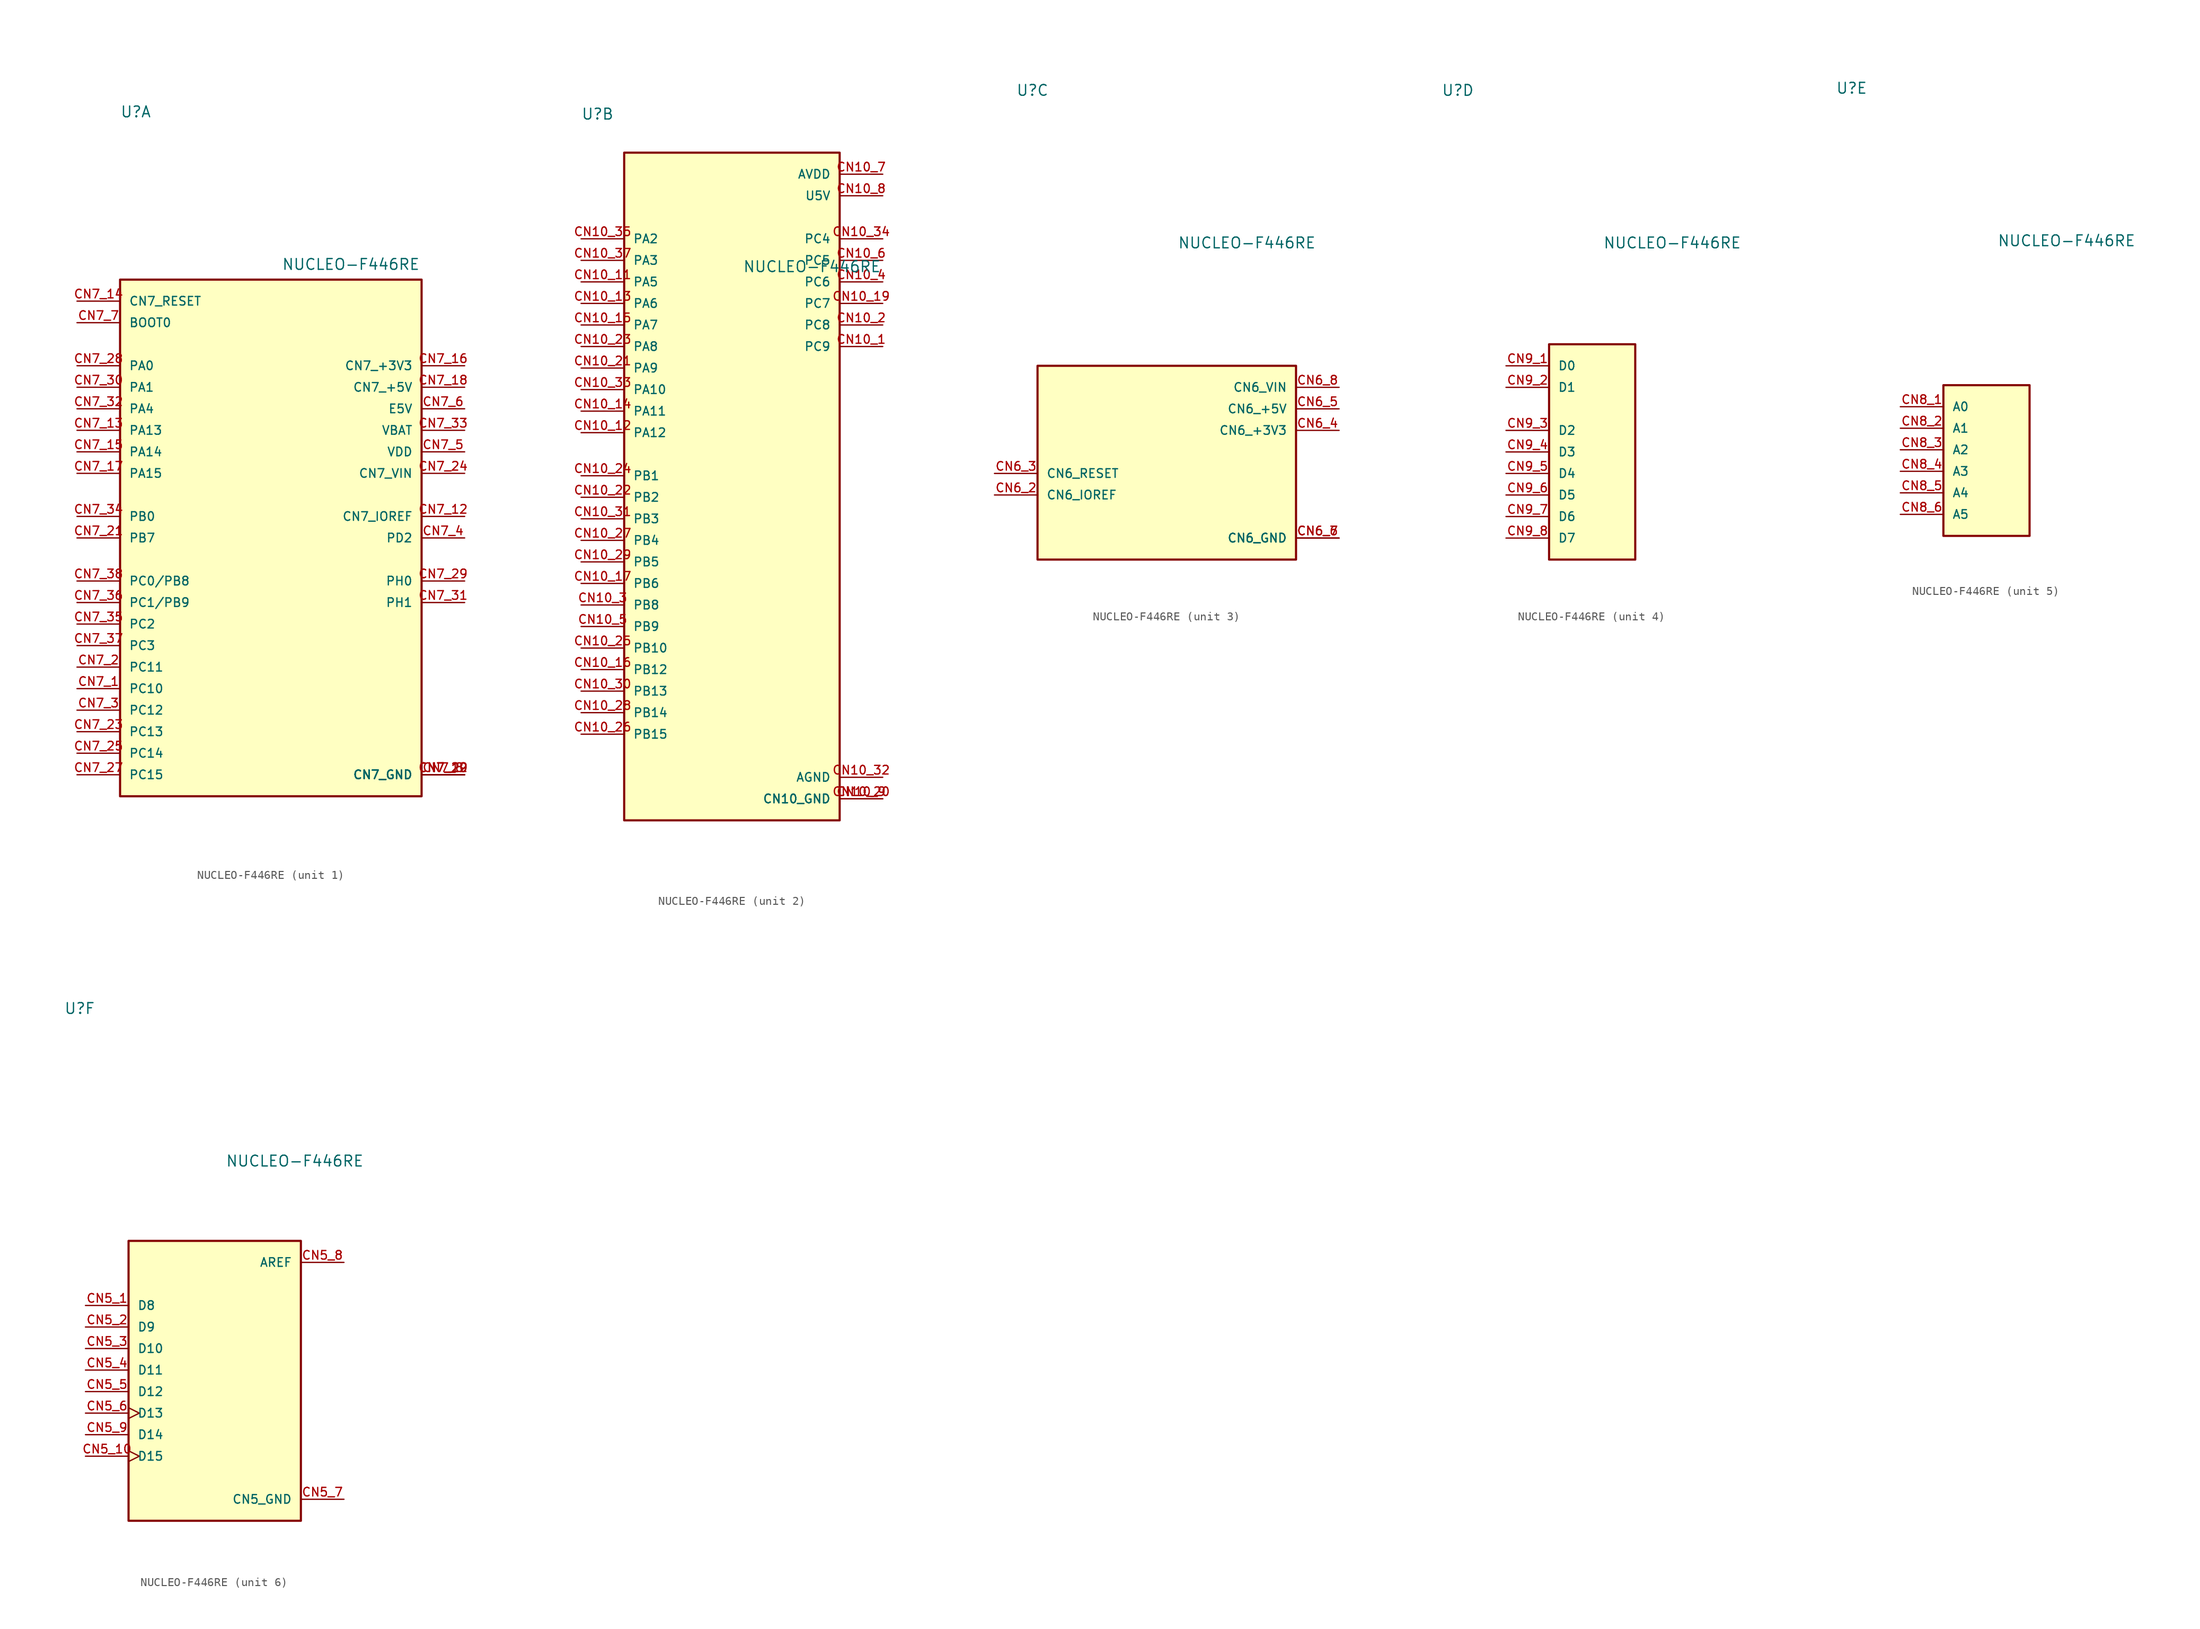
<source format=kicad_sym>
(kicad_symbol_lib
  (version 20220914)
  (generator kicad_symbol_editor)
  (symbol "NUCLEO-F446RE"
    (pin_names
      (offset 1.016))
    (property "Reference" "U"
      (at -17.78 41.91 0)
      (effects (font (size 1.27 1.27)) (justify left bottom)))
    (property "Value" "NUCLEO-F446RE"
      (at 1.27 25.4 0)
      (effects (font (size 1.27 1.27)) (justify left top)))
    (symbol "NUCLEO-F446RE_1_0"
      (rectangle (start -17.78 22.86) (end 17.78 -38.1) (stroke (width 0.254) (type default)) (fill (type background)))
      (pin bidirectional line (at -22.86 -25.4 0) (length 5.08) (name "PC10" (effects (font (size 1.016 1.016)))) (number "CN7_1" (effects (font (size 1.016 1.016)))))
      (pin bidirectional line (at 22.86 -5.08 180) (length 5.08) (name "CN7_IOREF" (effects (font (size 1.016 1.016)))) (number "CN7_12" (effects (font (size 1.016 1.016)))))
      (pin bidirectional line (at -22.86 5.08 0) (length 5.08) (name "PA13" (effects (font (size 1.016 1.016)))) (number "CN7_13" (effects (font (size 1.016 1.016)))))
      (pin bidirectional line (at -22.86 20.32 0) (length 5.08) (name "CN7_RESET" (effects (font (size 1.016 1.016)))) (number "CN7_14" (effects (font (size 1.016 1.016)))))
      (pin bidirectional line (at -22.86 2.54 0) (length 5.08) (name "PA14" (effects (font (size 1.016 1.016)))) (number "CN7_15" (effects (font (size 1.016 1.016)))))
      (pin power_in line (at 22.86 12.7 180) (length 5.08) (name "CN7_+3V3" (effects (font (size 1.016 1.016)))) (number "CN7_16" (effects (font (size 1.016 1.016)))))
      (pin bidirectional line (at -22.86 0 0) (length 5.08) (name "PA15" (effects (font (size 1.016 1.016)))) (number "CN7_17" (effects (font (size 1.016 1.016)))))
      (pin power_in line (at 22.86 10.16 180) (length 5.08) (name "CN7_+5V" (effects (font (size 1.016 1.016)))) (number "CN7_18" (effects (font (size 1.016 1.016)))))
      (pin power_in line (at 22.86 -35.56 180) (length 5.08) (name "CN7_GND" (effects (font (size 1.016 1.016)))) (number "CN7_19" (effects (font (size 1.016 1.016)))))
      (pin bidirectional line (at -22.86 -22.86 0) (length 5.08) (name "PC11" (effects (font (size 1.016 1.016)))) (number "CN7_2" (effects (font (size 1.016 1.016)))))
      (pin power_in line (at 22.86 -35.56 180) (length 5.08) (name "CN7_GND" (effects (font (size 1.016 1.016)))) (number "CN7_20" (effects (font (size 1.016 1.016)))))
      (pin bidirectional line (at -22.86 -7.62 0) (length 5.08) (name "PB7" (effects (font (size 1.016 1.016)))) (number "CN7_21" (effects (font (size 1.016 1.016)))))
      (pin power_in line (at 22.86 -35.56 180) (length 5.08) (name "CN7_GND" (effects (font (size 1.016 1.016)))) (number "CN7_22" (effects (font (size 1.016 1.016)))))
      (pin bidirectional line (at -22.86 -30.48 0) (length 5.08) (name "PC13" (effects (font (size 1.016 1.016)))) (number "CN7_23" (effects (font (size 1.016 1.016)))))
      (pin power_in line (at 22.86 0 180) (length 5.08) (name "CN7_VIN" (effects (font (size 1.016 1.016)))) (number "CN7_24" (effects (font (size 1.016 1.016)))))
      (pin bidirectional line (at -22.86 -33.02 0) (length 5.08) (name "PC14" (effects (font (size 1.016 1.016)))) (number "CN7_25" (effects (font (size 1.016 1.016)))))
      (pin bidirectional line (at -22.86 -35.56 0) (length 5.08) (name "PC15" (effects (font (size 1.016 1.016)))) (number "CN7_27" (effects (font (size 1.016 1.016)))))
      (pin bidirectional line (at -22.86 12.7 0) (length 5.08) (name "PA0" (effects (font (size 1.016 1.016)))) (number "CN7_28" (effects (font (size 1.016 1.016)))))
      (pin bidirectional line (at 22.86 -12.7 180) (length 5.08) (name "PH0" (effects (font (size 1.016 1.016)))) (number "CN7_29" (effects (font (size 1.016 1.016)))))
      (pin bidirectional line (at -22.86 -27.94 0) (length 5.08) (name "PC12" (effects (font (size 1.016 1.016)))) (number "CN7_3" (effects (font (size 1.016 1.016)))))
      (pin bidirectional line (at -22.86 10.16 0) (length 5.08) (name "PA1" (effects (font (size 1.016 1.016)))) (number "CN7_30" (effects (font (size 1.016 1.016)))))
      (pin bidirectional line (at 22.86 -15.24 180) (length 5.08) (name "PH1" (effects (font (size 1.016 1.016)))) (number "CN7_31" (effects (font (size 1.016 1.016)))))
      (pin bidirectional line (at -22.86 7.62 0) (length 5.08) (name "PA4" (effects (font (size 1.016 1.016)))) (number "CN7_32" (effects (font (size 1.016 1.016)))))
      (pin power_in line (at 22.86 5.08 180) (length 5.08) (name "VBAT" (effects (font (size 1.016 1.016)))) (number "CN7_33" (effects (font (size 1.016 1.016)))))
      (pin bidirectional line (at -22.86 -5.08 0) (length 5.08) (name "PB0" (effects (font (size 1.016 1.016)))) (number "CN7_34" (effects (font (size 1.016 1.016)))))
      (pin bidirectional line (at -22.86 -17.78 0) (length 5.08) (name "PC2" (effects (font (size 1.016 1.016)))) (number "CN7_35" (effects (font (size 1.016 1.016)))))
      (pin bidirectional line (at -22.86 -15.24 0) (length 5.08) (name "PC1/PB9" (effects (font (size 1.016 1.016)))) (number "CN7_36" (effects (font (size 1.016 1.016)))))
      (pin bidirectional line (at -22.86 -20.32 0) (length 5.08) (name "PC3" (effects (font (size 1.016 1.016)))) (number "CN7_37" (effects (font (size 1.016 1.016)))))
      (pin bidirectional line (at -22.86 -12.7 0) (length 5.08) (name "PC0/PB8" (effects (font (size 1.016 1.016)))) (number "CN7_38" (effects (font (size 1.016 1.016)))))
      (pin bidirectional line (at 22.86 -7.62 180) (length 5.08) (name "PD2" (effects (font (size 1.016 1.016)))) (number "CN7_4" (effects (font (size 1.016 1.016)))))
      (pin power_in line (at 22.86 2.54 180) (length 5.08) (name "VDD" (effects (font (size 1.016 1.016)))) (number "CN7_5" (effects (font (size 1.016 1.016)))))
      (pin power_in line (at 22.86 7.62 180) (length 5.08) (name "E5V" (effects (font (size 1.016 1.016)))) (number "CN7_6" (effects (font (size 1.016 1.016)))))
      (pin bidirectional line (at -22.86 17.78 0) (length 5.08) (name "BOOT0" (effects (font (size 1.016 1.016)))) (number "CN7_7" (effects (font (size 1.016 1.016)))))
      (pin power_in line (at 22.86 -35.56 180) (length 5.08) (name "CN7_GND" (effects (font (size 1.016 1.016)))) (number "CN7_8" (effects (font (size 1.016 1.016))))))
    (symbol "NUCLEO-F446RE_2_0"
      (rectangle (start -12.7 -40.64) (end 12.7 38.1) (stroke (width 0.254) (type default)) (fill (type background)))
      (pin bidirectional line (at 17.78 15.24 180) (length 5.08) (name "PC9" (effects (font (size 1.016 1.016)))) (number "CN10_1" (effects (font (size 1.016 1.016)))))
      (pin bidirectional line (at -17.78 22.86 0) (length 5.08) (name "PA5" (effects (font (size 1.016 1.016)))) (number "CN10_11" (effects (font (size 1.016 1.016)))))
      (pin bidirectional line (at -17.78 5.08 0) (length 5.08) (name "PA12" (effects (font (size 1.016 1.016)))) (number "CN10_12" (effects (font (size 1.016 1.016)))))
      (pin bidirectional line (at -17.78 20.32 0) (length 5.08) (name "PA6" (effects (font (size 1.016 1.016)))) (number "CN10_13" (effects (font (size 1.016 1.016)))))
      (pin bidirectional line (at -17.78 7.62 0) (length 5.08) (name "PA11" (effects (font (size 1.016 1.016)))) (number "CN10_14" (effects (font (size 1.016 1.016)))))
      (pin bidirectional line (at -17.78 17.78 0) (length 5.08) (name "PA7" (effects (font (size 1.016 1.016)))) (number "CN10_15" (effects (font (size 1.016 1.016)))))
      (pin bidirectional line (at -17.78 -22.86 0) (length 5.08) (name "PB12" (effects (font (size 1.016 1.016)))) (number "CN10_16" (effects (font (size 1.016 1.016)))))
      (pin bidirectional line (at -17.78 -12.7 0) (length 5.08) (name "PB6" (effects (font (size 1.016 1.016)))) (number "CN10_17" (effects (font (size 1.016 1.016)))))
      (pin bidirectional line (at 17.78 20.32 180) (length 5.08) (name "PC7" (effects (font (size 1.016 1.016)))) (number "CN10_19" (effects (font (size 1.016 1.016)))))
      (pin bidirectional line (at 17.78 17.78 180) (length 5.08) (name "PC8" (effects (font (size 1.016 1.016)))) (number "CN10_2" (effects (font (size 1.016 1.016)))))
      (pin power_in line (at 17.78 -38.1 180) (length 5.08) (name "CN10_GND" (effects (font (size 1.016 1.016)))) (number "CN10_20" (effects (font (size 1.016 1.016)))))
      (pin bidirectional line (at -17.78 12.7 0) (length 5.08) (name "PA9" (effects (font (size 1.016 1.016)))) (number "CN10_21" (effects (font (size 1.016 1.016)))))
      (pin bidirectional line (at -17.78 -2.54 0) (length 5.08) (name "PB2" (effects (font (size 1.016 1.016)))) (number "CN10_22" (effects (font (size 1.016 1.016)))))
      (pin bidirectional line (at -17.78 15.24 0) (length 5.08) (name "PA8" (effects (font (size 1.016 1.016)))) (number "CN10_23" (effects (font (size 1.016 1.016)))))
      (pin bidirectional line (at -17.78 0 0) (length 5.08) (name "PB1" (effects (font (size 1.016 1.016)))) (number "CN10_24" (effects (font (size 1.016 1.016)))))
      (pin bidirectional line (at -17.78 -20.32 0) (length 5.08) (name "PB10" (effects (font (size 1.016 1.016)))) (number "CN10_25" (effects (font (size 1.016 1.016)))))
      (pin bidirectional line (at -17.78 -30.48 0) (length 5.08) (name "PB15" (effects (font (size 1.016 1.016)))) (number "CN10_26" (effects (font (size 1.016 1.016)))))
      (pin bidirectional line (at -17.78 -7.62 0) (length 5.08) (name "PB4" (effects (font (size 1.016 1.016)))) (number "CN10_27" (effects (font (size 1.016 1.016)))))
      (pin bidirectional line (at -17.78 -27.94 0) (length 5.08) (name "PB14" (effects (font (size 1.016 1.016)))) (number "CN10_28" (effects (font (size 1.016 1.016)))))
      (pin bidirectional line (at -17.78 -10.16 0) (length 5.08) (name "PB5" (effects (font (size 1.016 1.016)))) (number "CN10_29" (effects (font (size 1.016 1.016)))))
      (pin bidirectional line (at -17.78 -15.24 0) (length 5.08) (name "PB8" (effects (font (size 1.016 1.016)))) (number "CN10_3" (effects (font (size 1.016 1.016)))))
      (pin bidirectional line (at -17.78 -25.4 0) (length 5.08) (name "PB13" (effects (font (size 1.016 1.016)))) (number "CN10_30" (effects (font (size 1.016 1.016)))))
      (pin bidirectional line (at -17.78 -5.08 0) (length 5.08) (name "PB3" (effects (font (size 1.016 1.016)))) (number "CN10_31" (effects (font (size 1.016 1.016)))))
      (pin power_in line (at 17.78 -35.56 180) (length 5.08) (name "AGND" (effects (font (size 1.016 1.016)))) (number "CN10_32" (effects (font (size 1.016 1.016)))))
      (pin bidirectional line (at -17.78 10.16 0) (length 5.08) (name "PA10" (effects (font (size 1.016 1.016)))) (number "CN10_33" (effects (font (size 1.016 1.016)))))
      (pin bidirectional line (at 17.78 27.94 180) (length 5.08) (name "PC4" (effects (font (size 1.016 1.016)))) (number "CN10_34" (effects (font (size 1.016 1.016)))))
      (pin bidirectional line (at -17.78 27.94 0) (length 5.08) (name "PA2" (effects (font (size 1.016 1.016)))) (number "CN10_35" (effects (font (size 1.016 1.016)))))
      (pin bidirectional line (at -17.78 25.4 0) (length 5.08) (name "PA3" (effects (font (size 1.016 1.016)))) (number "CN10_37" (effects (font (size 1.016 1.016)))))
      (pin bidirectional line (at 17.78 22.86 180) (length 5.08) (name "PC6" (effects (font (size 1.016 1.016)))) (number "CN10_4" (effects (font (size 1.016 1.016)))))
      (pin bidirectional line (at -17.78 -17.78 0) (length 5.08) (name "PB9" (effects (font (size 1.016 1.016)))) (number "CN10_5" (effects (font (size 1.016 1.016)))))
      (pin bidirectional line (at 17.78 25.4 180) (length 5.08) (name "PC5" (effects (font (size 1.016 1.016)))) (number "CN10_6" (effects (font (size 1.016 1.016)))))
      (pin power_in line (at 17.78 35.56 180) (length 5.08) (name "AVDD" (effects (font (size 1.016 1.016)))) (number "CN10_7" (effects (font (size 1.016 1.016)))))
      (pin power_in line (at 17.78 33.02 180) (length 5.08) (name "U5V" (effects (font (size 1.016 1.016)))) (number "CN10_8" (effects (font (size 1.016 1.016)))))
      (pin power_in line (at 17.78 -38.1 180) (length 5.08) (name "CN10_GND" (effects (font (size 1.016 1.016)))) (number "CN10_9" (effects (font (size 1.016 1.016))))))
    (symbol "NUCLEO-F446RE_3_0"
      (rectangle (start -15.24 -12.7) (end 15.24 10.16) (stroke (width 0.254) (type default)) (fill (type background)))
      (pin bidirectional line (at -20.32 -5.08 0) (length 5.08) (name "CN6_IOREF" (effects (font (size 1.016 1.016)))) (number "CN6_2" (effects (font (size 1.016 1.016)))))
      (pin bidirectional line (at -20.32 -2.54 0) (length 5.08) (name "CN6_RESET" (effects (font (size 1.016 1.016)))) (number "CN6_3" (effects (font (size 1.016 1.016)))))
      (pin power_in line (at 20.32 2.54 180) (length 5.08) (name "CN6_+3V3" (effects (font (size 1.016 1.016)))) (number "CN6_4" (effects (font (size 1.016 1.016)))))
      (pin power_in line (at 20.32 5.08 180) (length 5.08) (name "CN6_+5V" (effects (font (size 1.016 1.016)))) (number "CN6_5" (effects (font (size 1.016 1.016)))))
      (pin power_in line (at 20.32 -10.16 180) (length 5.08) (name "CN6_GND" (effects (font (size 1.016 1.016)))) (number "CN6_6" (effects (font (size 1.016 1.016)))))
      (pin power_in line (at 20.32 -10.16 180) (length 5.08) (name "CN6_GND" (effects (font (size 1.016 1.016)))) (number "CN6_7" (effects (font (size 1.016 1.016)))))
      (pin power_in line (at 20.32 7.62 180) (length 5.08) (name "CN6_VIN" (effects (font (size 1.016 1.016)))) (number "CN6_8" (effects (font (size 1.016 1.016))))))
    (symbol "NUCLEO-F446RE_4_0"
      (rectangle (start -5.08 -12.7) (end 5.08 12.7) (stroke (width 0.254) (type default)) (fill (type background)))
      (pin input line (at -10.16 10.16 0) (length 5.08) (name "D0" (effects (font (size 1.016 1.016)))) (number "CN9_1" (effects (font (size 1.016 1.016)))))
      (pin output line (at -10.16 7.62 0) (length 5.08) (name "D1" (effects (font (size 1.016 1.016)))) (number "CN9_2" (effects (font (size 1.016 1.016)))))
      (pin bidirectional line (at -10.16 2.54 0) (length 5.08) (name "D2" (effects (font (size 1.016 1.016)))) (number "CN9_3" (effects (font (size 1.016 1.016)))))
      (pin bidirectional line (at -10.16 0 0) (length 5.08) (name "D3" (effects (font (size 1.016 1.016)))) (number "CN9_4" (effects (font (size 1.016 1.016)))))
      (pin bidirectional line (at -10.16 -2.54 0) (length 5.08) (name "D4" (effects (font (size 1.016 1.016)))) (number "CN9_5" (effects (font (size 1.016 1.016)))))
      (pin bidirectional line (at -10.16 -5.08 0) (length 5.08) (name "D5" (effects (font (size 1.016 1.016)))) (number "CN9_6" (effects (font (size 1.016 1.016)))))
      (pin bidirectional line (at -10.16 -7.62 0) (length 5.08) (name "D6" (effects (font (size 1.016 1.016)))) (number "CN9_7" (effects (font (size 1.016 1.016)))))
      (pin bidirectional line (at -10.16 -10.16 0) (length 5.08) (name "D7" (effects (font (size 1.016 1.016)))) (number "CN9_8" (effects (font (size 1.016 1.016))))))
    (symbol "NUCLEO-F446RE_5_0"
      (rectangle (start -5.08 -10.16) (end 5.08 7.62) (stroke (width 0.254) (type default)) (fill (type background)))
      (pin input line (at -10.16 5.08 0) (length 5.08) (name "A0" (effects (font (size 1.016 1.016)))) (number "CN8_1" (effects (font (size 1.016 1.016)))))
      (pin input line (at -10.16 2.54 0) (length 5.08) (name "A1" (effects (font (size 1.016 1.016)))) (number "CN8_2" (effects (font (size 1.016 1.016)))))
      (pin input line (at -10.16 0 0) (length 5.08) (name "A2" (effects (font (size 1.016 1.016)))) (number "CN8_3" (effects (font (size 1.016 1.016)))))
      (pin input line (at -10.16 -2.54 0) (length 5.08) (name "A3" (effects (font (size 1.016 1.016)))) (number "CN8_4" (effects (font (size 1.016 1.016)))))
      (pin input line (at -10.16 -5.08 0) (length 5.08) (name "A4" (effects (font (size 1.016 1.016)))) (number "CN8_5" (effects (font (size 1.016 1.016)))))
      (pin input line (at -10.16 -7.62 0) (length 5.08) (name "A5" (effects (font (size 1.016 1.016)))) (number "CN8_6" (effects (font (size 1.016 1.016))))))
    (symbol "NUCLEO-F446RE_6_0"
      (rectangle (start -10.16 -17.78) (end 10.16 15.24) (stroke (width 0.254) (type default)) (fill (type background)))
      (pin bidirectional line (at -15.24 7.62 0) (length 5.08) (name "D8" (effects (font (size 1.016 1.016)))) (number "CN5_1" (effects (font (size 1.016 1.016)))))
      (pin bidirectional clock (at -15.24 -10.16 0) (length 5.08) (name "D15" (effects (font (size 1.016 1.016)))) (number "CN5_10" (effects (font (size 1.016 1.016)))))
      (pin bidirectional line (at -15.24 5.08 0) (length 5.08) (name "D9" (effects (font (size 1.016 1.016)))) (number "CN5_2" (effects (font (size 1.016 1.016)))))
      (pin bidirectional line (at -15.24 2.54 0) (length 5.08) (name "D10" (effects (font (size 1.016 1.016)))) (number "CN5_3" (effects (font (size 1.016 1.016)))))
      (pin bidirectional line (at -15.24 0 0) (length 5.08) (name "D11" (effects (font (size 1.016 1.016)))) (number "CN5_4" (effects (font (size 1.016 1.016)))))
      (pin bidirectional line (at -15.24 -2.54 0) (length 5.08) (name "D12" (effects (font (size 1.016 1.016)))) (number "CN5_5" (effects (font (size 1.016 1.016)))))
      (pin bidirectional clock (at -15.24 -5.08 0) (length 5.08) (name "D13" (effects (font (size 1.016 1.016)))) (number "CN5_6" (effects (font (size 1.016 1.016)))))
      (pin power_in line (at 15.24 -15.24 180) (length 5.08) (name "CN5_GND" (effects (font (size 1.016 1.016)))) (number "CN5_7" (effects (font (size 1.016 1.016)))))
      (pin power_in line (at 15.24 12.7 180) (length 5.08) (name "AREF" (effects (font (size 1.016 1.016)))) (number "CN5_8" (effects (font (size 1.016 1.016)))))
      (pin bidirectional line (at -15.24 -7.62 0) (length 5.08) (name "D14" (effects (font (size 1.016 1.016)))) (number "CN5_9" (effects (font (size 1.016 1.016))))))))
</source>
